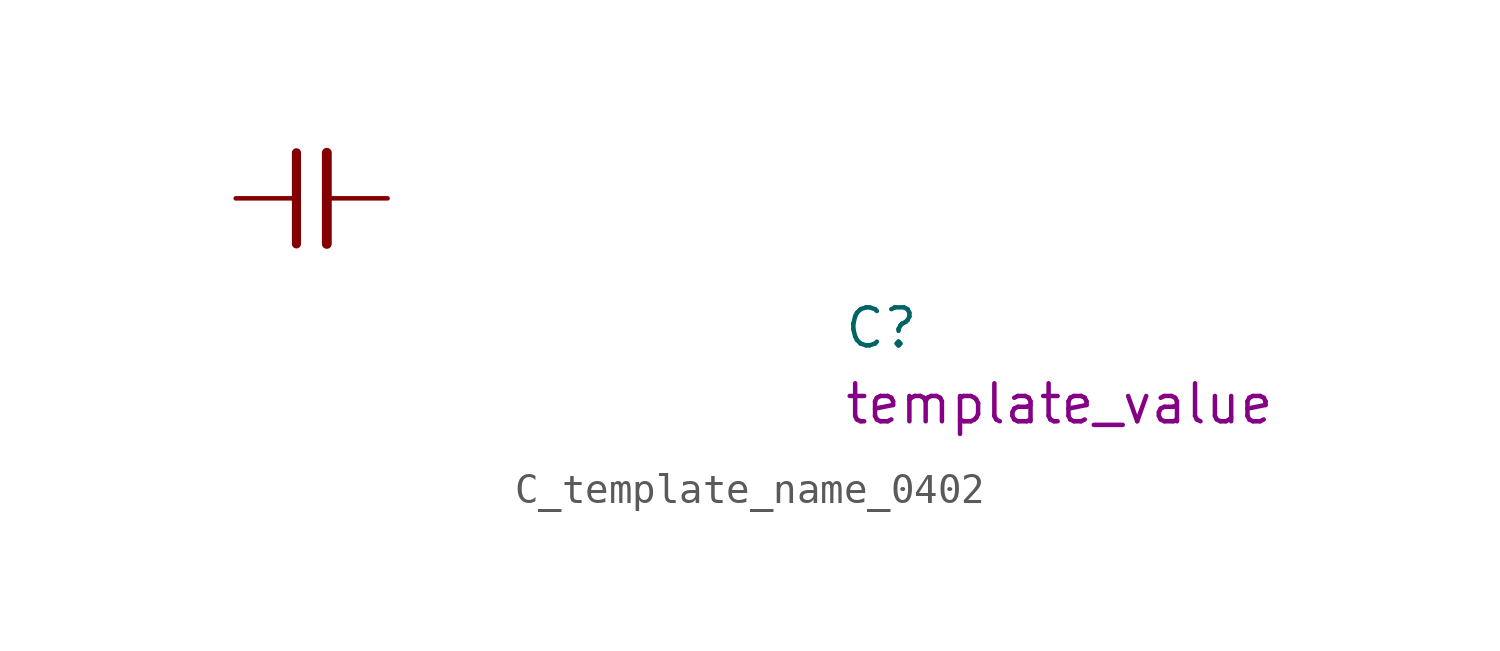
<source format=kicad_sym>
(kicad_symbol_lib
  (version 20220914)
  (generator kicad_symbol_editor)
  (symbol "C_template_name_0402"
    (pin_numbers hide)
    (pin_names hide)
    (property "Reference" "C"
      (at 20.32 -5.08 0)
      (effects (font (size 1.27 1.27) (thickness 0.15)) (justify left bottom)))
    (property "Val" "template_value"
      (at 20.32 -7.62 0)
      (effects (font (size 1.27 1.27) (thickness 0.15)) (justify left bottom)))
    (symbol "C_template_name_0402_0_1"
      (polyline (pts (xy 2.032 -1.524) (xy 2.032 1.524)) (stroke (width 0.305) (type default)) (fill (type none)))
      (polyline (pts (xy 3.048 -1.524) (xy 3.048 1.524)) (stroke (width 0.33) (type default)) (fill (type none))))
    (symbol "C_template_name_0402_1_1"
      (pin passive line (at 0 0 0) (length 2.032) (name "~" (effects (font (size 1.27 1.27)))) (number "1" (effects (font (size 1.27 1.27)))))
      (pin passive line (at 5.08 0 180) (length 2.032) (name "~" (effects (font (size 1.27 1.27)))) (number "2" (effects (font (size 1.27 1.27))))))))
</source>
